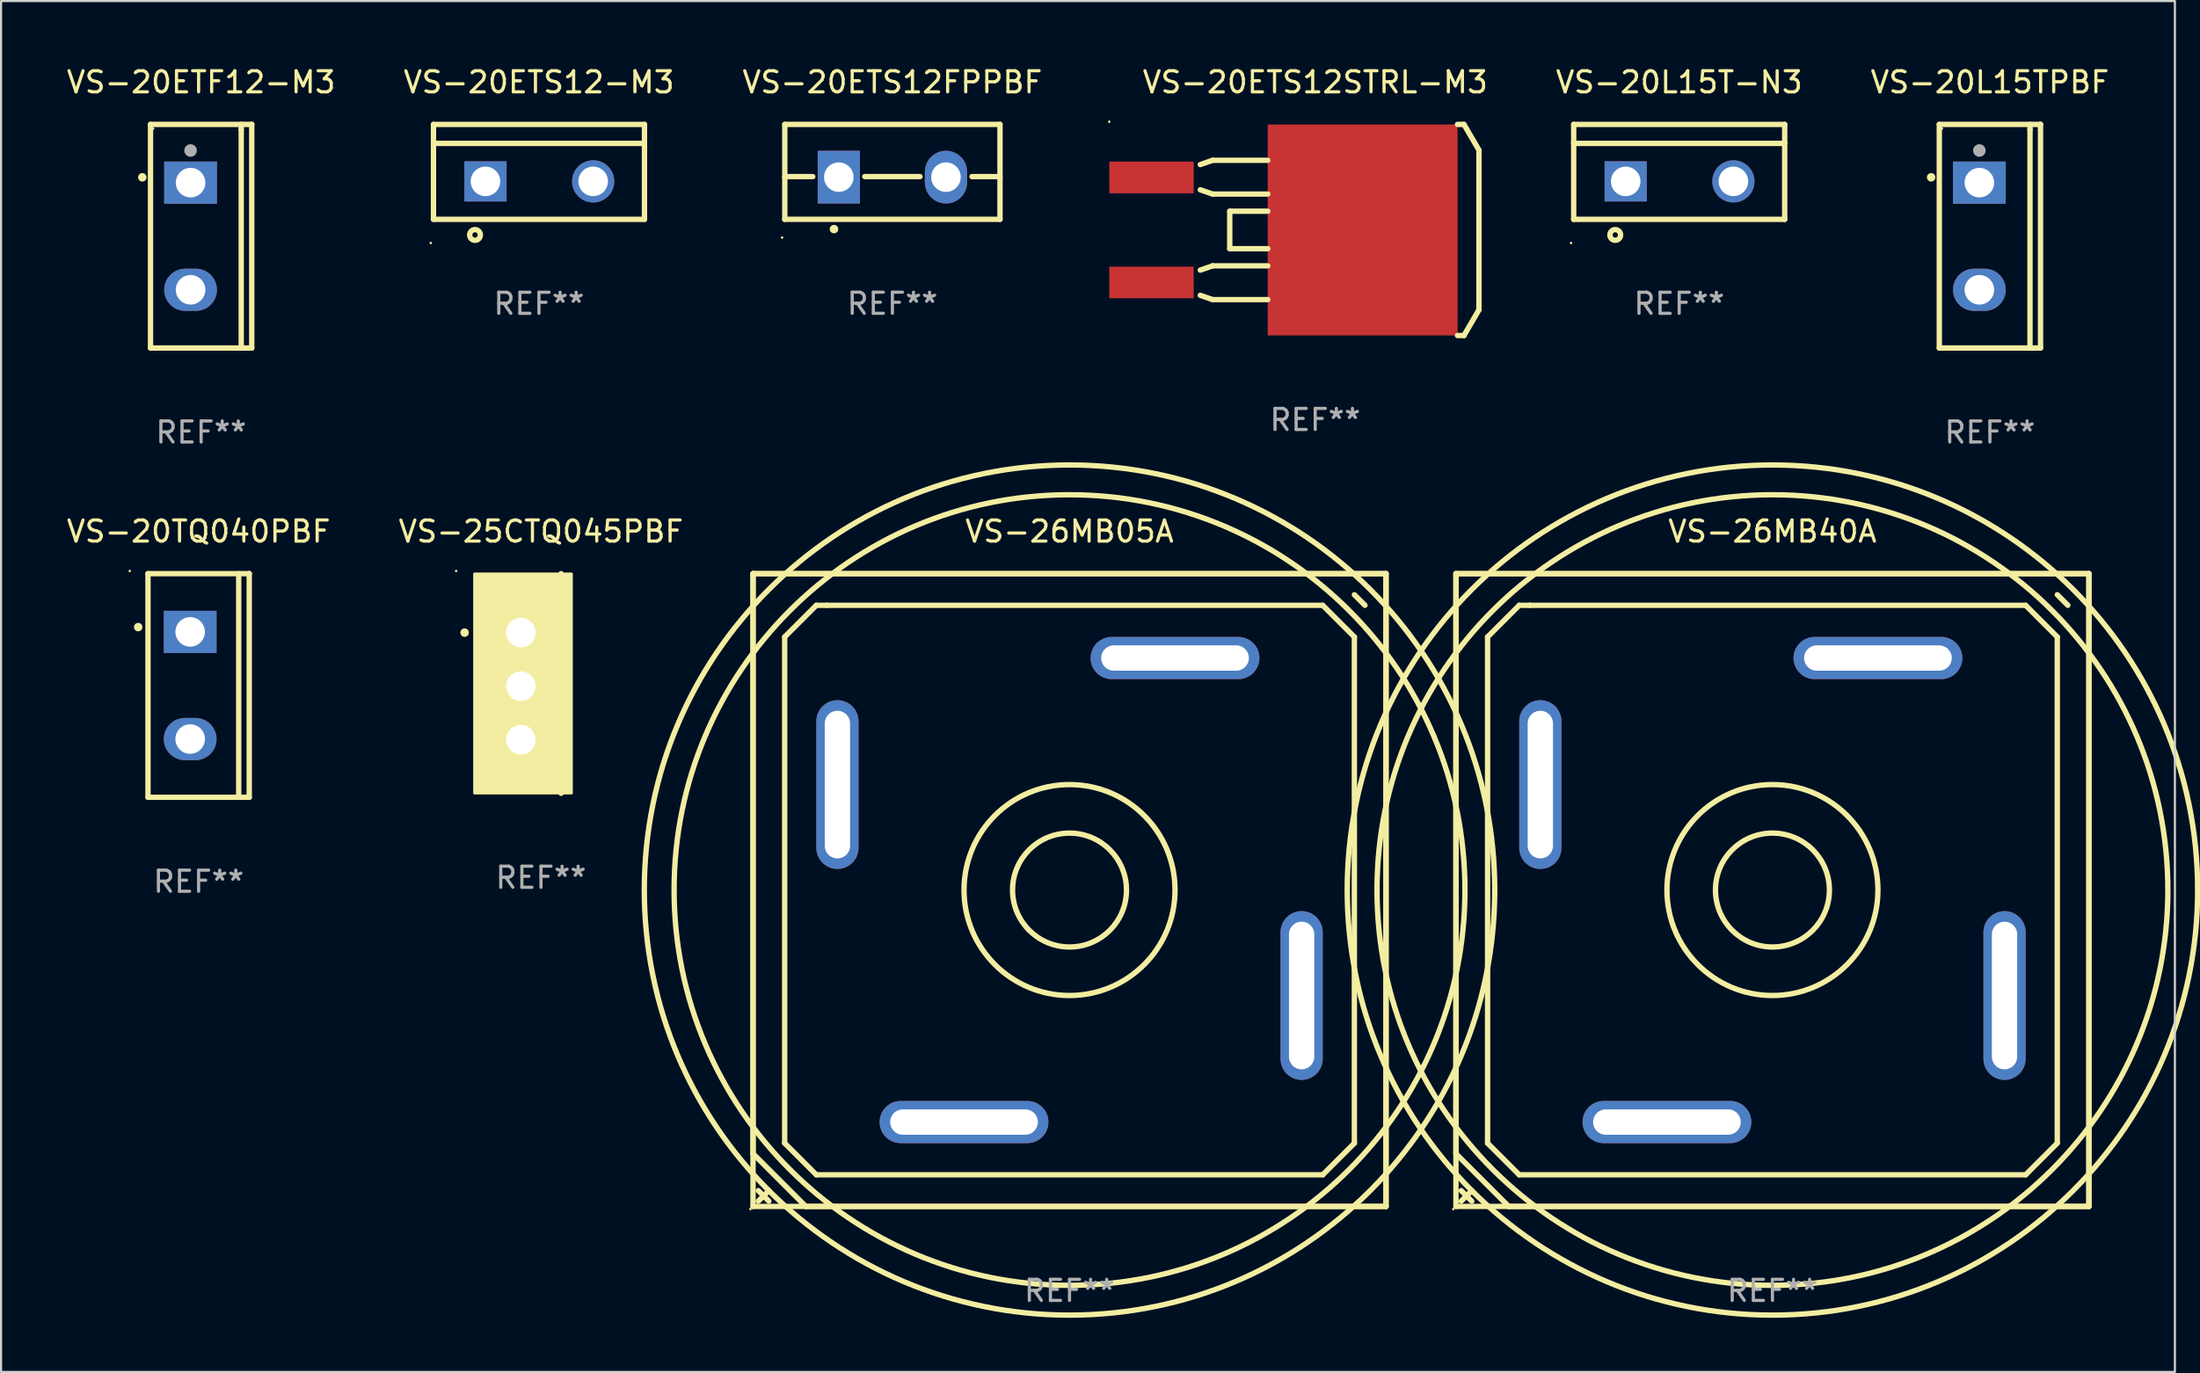
<source format=kicad_pcb>
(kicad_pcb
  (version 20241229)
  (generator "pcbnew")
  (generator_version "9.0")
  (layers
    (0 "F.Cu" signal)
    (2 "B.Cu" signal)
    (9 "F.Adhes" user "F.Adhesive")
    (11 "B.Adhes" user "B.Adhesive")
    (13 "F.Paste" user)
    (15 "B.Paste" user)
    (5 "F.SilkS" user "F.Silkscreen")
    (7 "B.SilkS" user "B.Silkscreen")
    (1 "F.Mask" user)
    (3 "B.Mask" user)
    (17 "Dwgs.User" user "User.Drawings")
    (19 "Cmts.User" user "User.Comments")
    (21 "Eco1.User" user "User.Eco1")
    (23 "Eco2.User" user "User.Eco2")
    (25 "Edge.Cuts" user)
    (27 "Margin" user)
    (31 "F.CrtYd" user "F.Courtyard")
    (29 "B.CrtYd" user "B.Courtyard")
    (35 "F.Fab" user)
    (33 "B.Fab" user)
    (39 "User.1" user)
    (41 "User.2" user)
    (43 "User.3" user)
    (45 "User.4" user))
  (footprint "VS-20ETF12-M3"
    (layer "F.Cu")
    (at 6.482 8.149)
    (property "Reference" "VS-20ETF12-M3" (at 0 -7.301 0) (layer "F.SilkS") (effects (font (size 1 1) (thickness 0.15))))
    (attr through_hole)
    (fp_line (start -2.399 -5.301) (end 2.394 -5.301) (stroke (width 0.254) (type solid)) (layer "F.SilkS"))
    (fp_line (start -2.399 5.301) (end -2.399 -5.301) (stroke (width 0.254) (type solid)) (layer "F.SilkS"))
    (fp_line (start 1.9 -5.061) (end 1.9 -5.3) (stroke (width 0.254) (type solid)) (layer "F.SilkS"))
    (fp_line (start 1.9 5.3) (end 1.9 -5.061) (stroke (width 0.254) (type solid)) (layer "F.SilkS"))
    (fp_line (start 2.394 -5.301) (end 2.399 -5.301) (stroke (width 0.254) (type solid)) (layer "F.SilkS"))
    (fp_line (start 2.399 -5.301) (end 2.399 5.301) (stroke (width 0.254) (type solid)) (layer "F.SilkS"))
    (fp_line (start 2.399 5.301) (end -2.399 5.301) (stroke (width 0.254) (type solid)) (layer "F.SilkS"))
    (fp_arc (start -2.786043 -2.791466) (mid -2.786047 -2.792736) (end -2.786043 -2.794006) (stroke (width 0.4) (type solid)) (layer "F.SilkS"))
    (fp_circle (center -2.275 -5.1) (end -2.245 -5.1) (stroke (width 0.06) (type solid)) (fill no) (layer "F.SilkS"))
    (fp_circle (center -0.5 -4.064) (end -0.35 -4.064) (stroke (width 0.3) (type solid)) (fill no) (layer "F.Fab"))
    (fp_text user "REF**" (at 0 9.301 0) (layer "F.Fab") (effects (font (size 1 1) (thickness 0.15))))
    (pad "1" thru_hole rect (at -0.5 -2.54 270) (size 2 2.5) (drill 1.4) (layers "*.Cu" "*.Mask"))
    (pad "3" thru_hole oval (at -0.5 2.54 270) (size 2 2.5) (drill 1.4) (layers "*.Cu" "*.Mask")))
  (footprint "VS-25CTQ045PBF"
    (layer "F.Cu")
    (at 22.589 29.354)
    (property "Reference" "VS-25CTQ045PBF" (at 0 -7.207 0) (layer "F.SilkS") (effects (font (size 1 1) (thickness 0.15))))
    (attr through_hole)
    (fp_line (start 0.953 5.207) (end 0.953 -5.207) (stroke (width 0.254) (type solid)) (layer "F.SilkS"))
    (fp_arc (start -3.619507 -2.410465) (mid -3.619511 -2.411735) (end -3.619507 -2.413005) (stroke (width 0.4) (type solid)) (layer "F.SilkS"))
    (fp_circle (center -4.02 -5.334) (end -3.99 -5.334) (stroke (width 0.06) (type solid)) (fill no) (layer "F.SilkS"))
    (fp_poly (pts (xy -3.152 -5.2) (xy 1.448 -5.2) (xy 1.448 5.2) (xy -3.152 5.2)) (stroke (width 0.12) (type solid)) (fill yes) (layer "F.SilkS"))
    (fp_text user "REF**" (at 0 9.207 0) (layer "F.Fab") (effects (font (size 1 1) (thickness 0.15))))
    (pad "1" thru_hole rect (at -0.953 -2.413 270) (size 2 2.5) (drill 1.4) (layers "*.Cu" "*.Mask"))
    (pad "2" thru_hole oval (at -0.953 0.127 270) (size 2 2.5) (drill 1.4) (layers "*.Cu" "*.Mask"))
    (pad "3" thru_hole oval (at -0.953 2.667 270) (size 2 2.5) (drill 1.4) (layers "*.Cu" "*.Mask")))
  (footprint "VS-26MB05A"
    (layer "F.Cu")
    (at 47.639 39.147)
    (property "Reference" "VS-26MB05A" (at 0 -17 0) (layer "F.SilkS") (effects (font (size 1 1) (thickness 0.15))))
    (attr through_hole)
    (fp_line (start -15 -15) (end 15 -15) (stroke (width 0.254) (type solid)) (layer "F.SilkS"))
    (fp_line (start -15 15) (end -15 -15) (stroke (width 0.254) (type solid)) (layer "F.SilkS"))
    (fp_line (start -14.999 -14.999) (end 14.999 -14.999) (stroke (width 0.254) (type solid)) (layer "F.SilkS"))
    (fp_line (start -14.999 12.499) (end -14.999 -14.999) (stroke (width 0.254) (type solid)) (layer "F.SilkS"))
    (fp_line (start -14.75 14.25) (end -14.25 14.75) (stroke (width 0.254) (type solid)) (layer "F.SilkS"))
    (fp_line (start -14.25 14.25) (end -14.75 14.75) (stroke (width 0.254) (type solid)) (layer "F.SilkS"))
    (fp_line (start -13.5 -12) (end -12 -13.5) (stroke (width 0.254) (type solid)) (layer "F.SilkS"))
    (fp_line (start -13.5 12) (end -13.5 -12) (stroke (width 0.254) (type solid)) (layer "F.SilkS"))
    (fp_line (start -12.499 14.999) (end -14.999 12.499) (stroke (width 0.254) (type solid)) (layer "F.SilkS"))
    (fp_line (start -12 -13.5) (end -11.5 -13.5) (stroke (width 0.254) (type solid)) (layer "F.SilkS"))
    (fp_line (start -12 13.5) (end -13.5 12) (stroke (width 0.254) (type solid)) (layer "F.SilkS"))
    (fp_line (start -11.5 -13.5) (end 12 -13.5) (stroke (width 0.254) (type solid)) (layer "F.SilkS"))
    (fp_line (start 12 -13.5) (end 13.5 -12) (stroke (width 0.254) (type solid)) (layer "F.SilkS"))
    (fp_line (start 12 13.5) (end -12 13.5) (stroke (width 0.254) (type solid)) (layer "F.SilkS"))
    (fp_line (start 13.5 -12) (end 13.5 12) (stroke (width 0.254) (type solid)) (layer "F.SilkS"))
    (fp_line (start 13.5 12) (end 12 13.5) (stroke (width 0.254) (type solid)) (layer "F.SilkS"))
    (fp_line (start 13.5 -14.001) (end 14.001 -13.5) (stroke (width 0.254) (type solid)) (layer "F.SilkS"))
    (fp_line (start 14.999 -14.999) (end 14.999 14.999) (stroke (width 0.254) (type solid)) (layer "F.SilkS"))
    (fp_line (start 14.999 14.999) (end -12.499 14.999) (stroke (width 0.254) (type solid)) (layer "F.SilkS"))
    (fp_line (start 15 -15) (end 15 15) (stroke (width 0.254) (type solid)) (layer "F.SilkS"))
    (fp_line (start 15 15) (end -15 15) (stroke (width 0.254) (type solid)) (layer "F.SilkS"))
    (fp_arc (start 13.303835 13.199721) (mid -13.303813 -13.199743) (end 13.303835 13.199721) (stroke (width 0.254001) (type solid)) (layer "F.SilkS"))
    (fp_arc (start 14.301803 14.198197) (mid -14.301825 -14.198175) (end 14.301803 14.198197) (stroke (width 0.254001) (type solid)) (layer "F.SilkS"))
    (fp_circle (center -15.127 15.127) (end -15.097 15.127) (stroke (width 0.06) (type solid)) (fill no) (layer "F.SilkS"))
    (fp_circle (center 0 0) (end 2.7 0) (stroke (width 0.254) (type solid)) (fill no) (layer "F.SilkS"))
    (fp_circle (center 0 0) (end 5 0) (stroke (width 0.254) (type solid)) (fill no) (layer "F.SilkS"))
    (fp_text user "REF**" (at 0 19 0) (layer "F.Fab") (effects (font (size 1 1) (thickness 0.15))))
    (pad "1" thru_hole oval (at -5 11 90) (size 2 8) (drill oval 1.2 7) (layers "*.Cu" "*.Mask"))
    (pad "2" thru_hole oval (at 11 5 180) (size 2 8) (drill oval 1.2 7) (layers "*.Cu" "*.Mask"))
    (pad "3" thru_hole oval (at 5 -11 90) (size 2 8) (drill oval 1.2 7) (layers "*.Cu" "*.Mask"))
    (pad "4" thru_hole oval (at -11 -5) (size 2 8) (drill oval 1.2 7) (layers "*.Cu" "*.Mask")))
  (footprint "VS-20ETS12STRL-M3"
    (layer "F.Cu")
    (at 59.284 7.852)
    (property "Reference" "VS-20ETS12STRL-M3" (at 0 -7.004 0) (layer "F.SilkS") (effects (font (size 1 1) (thickness 0.15))))
    (attr through_hole)
    (fp_line (start -5.448 -1.905) (end -4.864 -1.702) (stroke (width 0.254) (type solid)) (layer "F.SilkS"))
    (fp_line (start -5.448 3.099) (end -4.864 3.302) (stroke (width 0.254) (type solid)) (layer "F.SilkS"))
    (fp_line (start -4.864 -3.302) (end -5.448 -3.099) (stroke (width 0.254) (type solid)) (layer "F.SilkS"))
    (fp_line (start -4.864 -1.702) (end -2.248 -1.702) (stroke (width 0.254) (type solid)) (layer "F.SilkS"))
    (fp_line (start -4.864 1.702) (end -5.448 1.905) (stroke (width 0.254) (type solid)) (layer "F.SilkS"))
    (fp_line (start -4.864 3.302) (end -2.248 3.302) (stroke (width 0.254) (type solid)) (layer "F.SilkS"))
    (fp_line (start -4.051 -0.889) (end -4.051 0.889) (stroke (width 0.254) (type solid)) (layer "F.SilkS"))
    (fp_line (start -4.051 0.889) (end -2.248 0.889) (stroke (width 0.254) (type solid)) (layer "F.SilkS"))
    (fp_line (start -2.248 -3.302) (end -4.864 -3.302) (stroke (width 0.254) (type solid)) (layer "F.SilkS"))
    (fp_line (start -2.248 -0.889) (end -4.051 -0.889) (stroke (width 0.254) (type solid)) (layer "F.SilkS"))
    (fp_line (start -2.248 1.702) (end -4.864 1.702) (stroke (width 0.254) (type solid)) (layer "F.SilkS"))
    (fp_line (start 6.744 -5.004) (end 7.049 -5.004) (stroke (width 0.254) (type solid)) (layer "F.SilkS"))
    (fp_line (start 7.049 -5.004) (end 7.76 -3.785) (stroke (width 0.254) (type solid)) (layer "F.SilkS"))
    (fp_line (start 7.049 5.004) (end 6.744 5.004) (stroke (width 0.254) (type solid)) (layer "F.SilkS"))
    (fp_line (start 7.76 -3.785) (end 7.76 3.785) (stroke (width 0.254) (type solid)) (layer "F.SilkS"))
    (fp_line (start 7.76 3.785) (end 7.049 5.004) (stroke (width 0.254) (type solid)) (layer "F.SilkS"))
    (fp_circle (center -9.76 -5.131) (end -9.73 -5.131) (stroke (width 0.06) (type solid)) (fill no) (layer "F.SilkS"))
    (fp_text user "REF**" (at 0 9.004 0) (layer "F.Fab") (effects (font (size 1 1) (thickness 0.15))))
    (pad "1" smd rect (at -7.76 -2.489 270) (size 1.501 4.001) (layers "F.Cu" "F.Mask" "F.Paste"))
    (pad "2" smd rect (at 2.247 0.000127 270) (size 10 8.999) (layers "F.Cu" "F.Mask" "F.Paste"))
    (pad "3" smd rect (at -7.76 2.49 270) (size 1.501 4.001) (layers "F.Cu" "F.Mask" "F.Paste")))
  (footprint "VS-20TQ040PBF"
    (layer "F.Cu")
    (at 6.363 29.448)
    (property "Reference" "VS-20TQ040PBF" (at 0 -7.301 0) (layer "F.SilkS") (effects (font (size 1 1) (thickness 0.15))))
    (attr through_hole)
    (fp_line (start -2.399 -5.301) (end 2.394 -5.301) (stroke (width 0.254) (type solid)) (layer "F.SilkS"))
    (fp_line (start -2.399 5.301) (end -2.399 -5.301) (stroke (width 0.254) (type solid)) (layer "F.SilkS"))
    (fp_line (start 1.9 5.3) (end 1.9 -5.3) (stroke (width 0.254) (type solid)) (layer "F.SilkS"))
    (fp_line (start 2.394 -5.301) (end 2.399 -5.301) (stroke (width 0.254) (type solid)) (layer "F.SilkS"))
    (fp_line (start 2.399 -5.301) (end 2.399 5.301) (stroke (width 0.254) (type solid)) (layer "F.SilkS"))
    (fp_line (start 2.399 5.301) (end -2.399 5.301) (stroke (width 0.254) (type solid)) (layer "F.SilkS"))
    (fp_arc (start -2.863843 -2.766066) (mid -2.863847 -2.767336) (end -2.863843 -2.768606) (stroke (width 0.4) (type solid)) (layer "F.SilkS"))
    (fp_circle (center -3.264 -5.428) (end -3.234 -5.428) (stroke (width 0.06) (type solid)) (fill no) (layer "F.SilkS"))
    (fp_text user "REF**" (at 0 9.301 0) (layer "F.Fab") (effects (font (size 1 1) (thickness 0.15))))
    (pad "1" thru_hole rect (at -0.4 -2.54 270) (size 2 2.5) (drill 1.4) (layers "*.Cu" "*.Mask"))
    (pad "2" thru_hole oval (at -0.4 2.54 270) (size 2 2.5) (drill 1.4) (layers "*.Cu" "*.Mask")))
  (footprint "VS-26MB40A"
    (layer "F.Cu")
    (at 80.953 39.147)
    (property "Reference" "VS-26MB40A" (at 0 -17 0) (layer "F.SilkS") (effects (font (size 1 1) (thickness 0.15))))
    (attr through_hole)
    (fp_line (start -15 -15) (end 15 -15) (stroke (width 0.254) (type solid)) (layer "F.SilkS"))
    (fp_line (start -15 15) (end -15 -15) (stroke (width 0.254) (type solid)) (layer "F.SilkS"))
    (fp_line (start -14.999 -14.999) (end 14.999 -14.999) (stroke (width 0.254) (type solid)) (layer "F.SilkS"))
    (fp_line (start -14.999 12.499) (end -14.999 -14.999) (stroke (width 0.254) (type solid)) (layer "F.SilkS"))
    (fp_line (start -14.75 14.25) (end -14.25 14.75) (stroke (width 0.254) (type solid)) (layer "F.SilkS"))
    (fp_line (start -14.25 14.25) (end -14.75 14.75) (stroke (width 0.254) (type solid)) (layer "F.SilkS"))
    (fp_line (start -13.5 -12) (end -12 -13.5) (stroke (width 0.254) (type solid)) (layer "F.SilkS"))
    (fp_line (start -13.5 12) (end -13.5 -12) (stroke (width 0.254) (type solid)) (layer "F.SilkS"))
    (fp_line (start -12.499 14.999) (end -14.999 12.499) (stroke (width 0.254) (type solid)) (layer "F.SilkS"))
    (fp_line (start -12 -13.5) (end -11.5 -13.5) (stroke (width 0.254) (type solid)) (layer "F.SilkS"))
    (fp_line (start -12 13.5) (end -13.5 12) (stroke (width 0.254) (type solid)) (layer "F.SilkS"))
    (fp_line (start -11.5 -13.5) (end 12 -13.5) (stroke (width 0.254) (type solid)) (layer "F.SilkS"))
    (fp_line (start 12 -13.5) (end 13.5 -12) (stroke (width 0.254) (type solid)) (layer "F.SilkS"))
    (fp_line (start 12 13.5) (end -12 13.5) (stroke (width 0.254) (type solid)) (layer "F.SilkS"))
    (fp_line (start 13.5 -12) (end 13.5 12) (stroke (width 0.254) (type solid)) (layer "F.SilkS"))
    (fp_line (start 13.5 12) (end 12 13.5) (stroke (width 0.254) (type solid)) (layer "F.SilkS"))
    (fp_line (start 13.5 -14.001) (end 14.001 -13.5) (stroke (width 0.254) (type solid)) (layer "F.SilkS"))
    (fp_line (start 14.999 -14.999) (end 14.999 14.999) (stroke (width 0.254) (type solid)) (layer "F.SilkS"))
    (fp_line (start 14.999 14.999) (end -12.499 14.999) (stroke (width 0.254) (type solid)) (layer "F.SilkS"))
    (fp_line (start 15 -15) (end 15 15) (stroke (width 0.254) (type solid)) (layer "F.SilkS"))
    (fp_line (start 15 15) (end -15 15) (stroke (width 0.254) (type solid)) (layer "F.SilkS"))
    (fp_arc (start 13.303835 13.199721) (mid -13.303813 -13.199743) (end 13.303835 13.199721) (stroke (width 0.254001) (type solid)) (layer "F.SilkS"))
    (fp_arc (start 14.301803 14.198197) (mid -14.301825 -14.198175) (end 14.301803 14.198197) (stroke (width 0.254001) (type solid)) (layer "F.SilkS"))
    (fp_circle (center -15.127 15.127) (end -15.097 15.127) (stroke (width 0.06) (type solid)) (fill no) (layer "F.SilkS"))
    (fp_circle (center 0 0) (end 2.7 0) (stroke (width 0.254) (type solid)) (fill no) (layer "F.SilkS"))
    (fp_circle (center 0 0) (end 5 0) (stroke (width 0.254) (type solid)) (fill no) (layer "F.SilkS"))
    (fp_text user "REF**" (at 0 19 0) (layer "F.Fab") (effects (font (size 1 1) (thickness 0.15))))
    (pad "1" thru_hole oval (at -5 11 90) (size 2 8) (drill oval 1.2 7) (layers "*.Cu" "*.Mask"))
    (pad "2" thru_hole oval (at 11 5 180) (size 2 8) (drill oval 1.2 7) (layers "*.Cu" "*.Mask"))
    (pad "3" thru_hole oval (at 5 -11 90) (size 2 8) (drill oval 1.2 7) (layers "*.Cu" "*.Mask"))
    (pad "4" thru_hole oval (at -11 -5) (size 2 8) (drill oval 1.2 7) (layers "*.Cu" "*.Mask")))
  (footprint "VS-20ETS12FPPBF"
    (layer "F.Cu")
    (at 39.244 5.098)
    (property "Reference" "VS-20ETS12FPPBF" (at 0 -4.25 0) (layer "F.SilkS") (effects (font (size 1 1) (thickness 0.15))))
    (attr through_hole)
    (fp_line (start -5.1 -2.25) (end -5.1 2.25) (stroke (width 0.254) (type solid)) (layer "F.SilkS"))
    (fp_line (start -5.1 0.224) (end -3.772 0.224) (stroke (width 0.254) (type solid)) (layer "F.SilkS"))
    (fp_line (start -5.1 2.25) (end 5.1 2.25) (stroke (width 0.254) (type solid)) (layer "F.SilkS"))
    (fp_line (start -1.308 0.224) (end 1.309 0.224) (stroke (width 0.254) (type solid)) (layer "F.SilkS"))
    (fp_line (start 3.771 0.224) (end 5.1 0.224) (stroke (width 0.254) (type solid)) (layer "F.SilkS"))
    (fp_line (start 5.1 -2.25) (end -5.1 -2.25) (stroke (width 0.254) (type solid)) (layer "F.SilkS"))
    (fp_line (start 5.1 -2.25) (end 5.1 2.25) (stroke (width 0.254) (type solid)) (layer "F.SilkS"))
    (fp_arc (start -2.768606 2.713805) (mid -2.767336 2.713801) (end -2.766066 2.713805) (stroke (width 0.4) (type solid)) (layer "F.SilkS"))
    (fp_circle (center -5.227 3.114) (end -5.197 3.114) (stroke (width 0.06) (type solid)) (fill no) (layer "F.SilkS"))
    (fp_text user "REF**" (at 0 6.25 0) (layer "F.Fab") (effects (font (size 1 1) (thickness 0.15))))
    (pad "1" thru_hole rect (at -2.54 0.25) (size 2 2.5) (drill 1.4) (layers "*.Cu" "*.Mask"))
    (pad "3" thru_hole oval (at 2.54 0.25) (size 2 2.5) (drill 1.4) (layers "*.Cu" "*.Mask")))
  (footprint "VS-20L15T-N3"
    (layer "F.Cu")
    (at 76.534 5.099)
    (property "Reference" "VS-20L15T-N3" (at 0 -4.25 0) (layer "F.SilkS") (effects (font (size 1 1) (thickness 0.15))))
    (attr through_hole)
    (fp_line (start -5 -2.25) (end 5 -2.25) (stroke (width 0.254) (type solid)) (layer "F.SilkS"))
    (fp_line (start -5 -1.351) (end 5 -1.351) (stroke (width 0.254) (type solid)) (layer "F.SilkS"))
    (fp_line (start -5 2.25) (end -5 -2.25) (stroke (width 0.254) (type solid)) (layer "F.SilkS"))
    (fp_line (start -5 2.25) (end 5 2.25) (stroke (width 0.254) (type solid)) (layer "F.SilkS"))
    (fp_line (start 5 2.25) (end 5 -2.25) (stroke (width 0.254) (type solid)) (layer "F.SilkS"))
    (fp_circle (center -5.127 3.371) (end -5.097 3.371) (stroke (width 0.06) (type solid)) (fill no) (layer "F.SilkS"))
    (fp_circle (center -3.031 2.99) (end -2.777 2.99) (stroke (width 0.254) (type solid)) (fill no) (layer "F.SilkS"))
    (fp_text user "REF**" (at 0 6.25 0) (layer "F.Fab") (effects (font (size 1 1) (thickness 0.15))))
    (pad "1" thru_hole rect (at -2.536 0.45 90) (size 1.905 2) (drill 1.4) (layers "*.Cu" "*.Mask"))
    (pad "3" thru_hole circle (at 2.569 0.45) (size 2 2) (drill 1.4) (layers "*.Cu" "*.Mask")))
  (footprint "VS-20ETS12-M3"
    (layer "F.Cu")
    (at 22.494 5.099)
    (property "Reference" "VS-20ETS12-M3" (at 0 -4.25 0) (layer "F.SilkS") (effects (font (size 1 1) (thickness 0.15))))
    (attr through_hole)
    (fp_line (start -5 -2.25) (end 5 -2.25) (stroke (width 0.254) (type solid)) (layer "F.SilkS"))
    (fp_line (start -5 -1.351) (end 5 -1.351) (stroke (width 0.254) (type solid)) (layer "F.SilkS"))
    (fp_line (start -5 2.25) (end -5 -2.25) (stroke (width 0.254) (type solid)) (layer "F.SilkS"))
    (fp_line (start -5 2.25) (end 5 2.25) (stroke (width 0.254) (type solid)) (layer "F.SilkS"))
    (fp_line (start 5 2.25) (end 5 -2.25) (stroke (width 0.254) (type solid)) (layer "F.SilkS"))
    (fp_circle (center -5.127 3.371) (end -5.097 3.371) (stroke (width 0.06) (type solid)) (fill no) (layer "F.SilkS"))
    (fp_circle (center -3.031 2.99) (end -2.777 2.99) (stroke (width 0.254) (type solid)) (fill no) (layer "F.SilkS"))
    (fp_text user "REF**" (at 0 6.25 0) (layer "F.Fab") (effects (font (size 1 1) (thickness 0.15))))
    (pad "1" thru_hole rect (at -2.536 0.45 90) (size 1.905 2) (drill 1.4) (layers "*.Cu" "*.Mask"))
    (pad "3" thru_hole circle (at 2.569 0.45) (size 2 2) (drill 1.4) (layers "*.Cu" "*.Mask")))
  (footprint "VS-20L15TPBF"
    (layer "F.Cu")
    (at 91.26 8.149)
    (property "Reference" "VS-20L15TPBF" (at 0 -7.301 0) (layer "F.SilkS") (effects (font (size 1 1) (thickness 0.15))))
    (attr through_hole)
    (fp_line (start -2.399 -5.301) (end 2.394 -5.301) (stroke (width 0.254) (type solid)) (layer "F.SilkS"))
    (fp_line (start -2.399 5.301) (end -2.399 -5.301) (stroke (width 0.254) (type solid)) (layer "F.SilkS"))
    (fp_line (start 1.9 -5.061) (end 1.9 -5.3) (stroke (width 0.254) (type solid)) (layer "F.SilkS"))
    (fp_line (start 1.9 5.3) (end 1.9 -5.061) (stroke (width 0.254) (type solid)) (layer "F.SilkS"))
    (fp_line (start 2.394 -5.301) (end 2.399 -5.301) (stroke (width 0.254) (type solid)) (layer "F.SilkS"))
    (fp_line (start 2.399 -5.301) (end 2.399 5.301) (stroke (width 0.254) (type solid)) (layer "F.SilkS"))
    (fp_line (start 2.399 5.301) (end -2.399 5.301) (stroke (width 0.254) (type solid)) (layer "F.SilkS"))
    (fp_arc (start -2.786043 -2.791466) (mid -2.786047 -2.792736) (end -2.786043 -2.794006) (stroke (width 0.4) (type solid)) (layer "F.SilkS"))
    (fp_circle (center -2.275 -5.1) (end -2.245 -5.1) (stroke (width 0.06) (type solid)) (fill no) (layer "F.SilkS"))
    (fp_circle (center -0.5 -4.064) (end -0.35 -4.064) (stroke (width 0.3) (type solid)) (fill no) (layer "F.Fab"))
    (fp_text user "REF**" (at 0 9.301 0) (layer "F.Fab") (effects (font (size 1 1) (thickness 0.15))))
    (pad "1" thru_hole rect (at -0.5 -2.54 270) (size 2 2.5) (drill 1.4) (layers "*.Cu" "*.Mask"))
    (pad "3" thru_hole oval (at -0.5 2.54 270) (size 2 2.5) (drill 1.4) (layers "*.Cu" "*.Mask")))
  (gr_rect
    (start -3 -3)
    (end 100.028 61.995)
    (stroke (width 0.1) (type default))
    (fill no)
    (layer "Edge.Cuts")))
</source>
